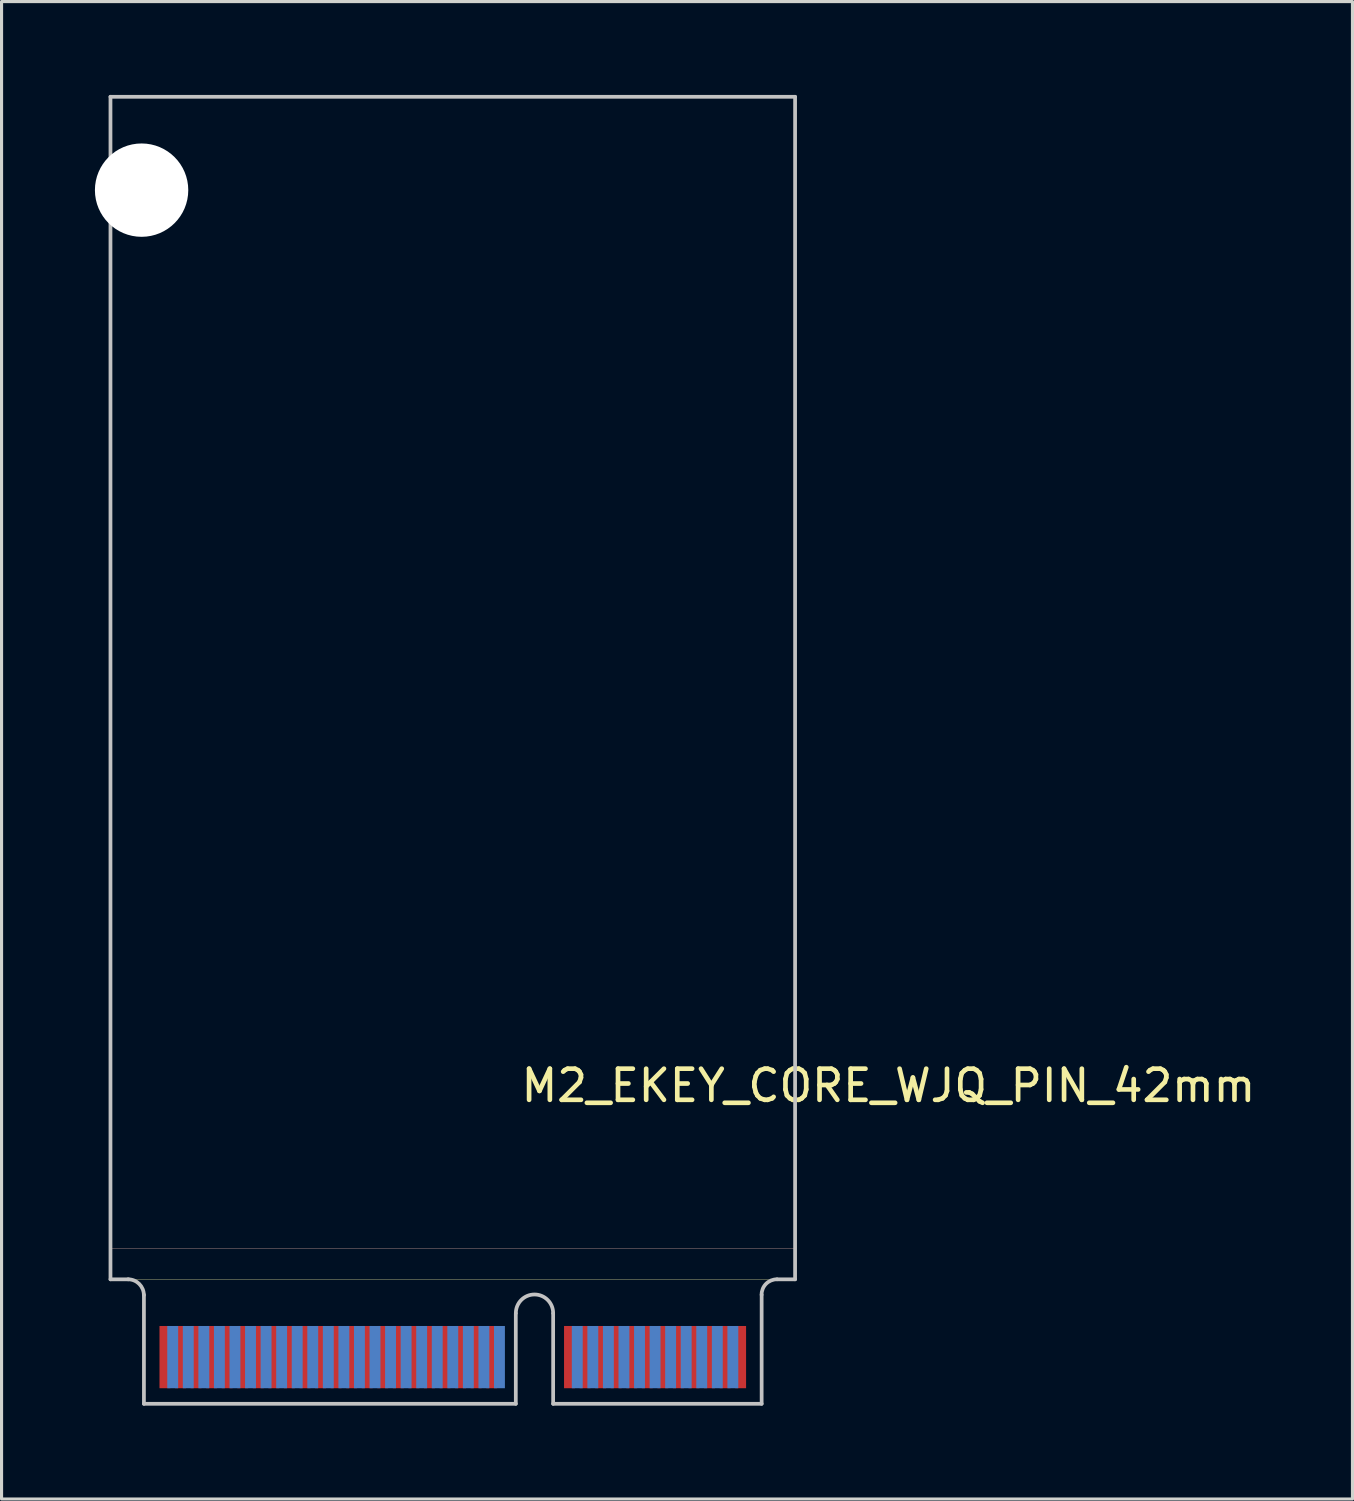
<source format=kicad_pcb>
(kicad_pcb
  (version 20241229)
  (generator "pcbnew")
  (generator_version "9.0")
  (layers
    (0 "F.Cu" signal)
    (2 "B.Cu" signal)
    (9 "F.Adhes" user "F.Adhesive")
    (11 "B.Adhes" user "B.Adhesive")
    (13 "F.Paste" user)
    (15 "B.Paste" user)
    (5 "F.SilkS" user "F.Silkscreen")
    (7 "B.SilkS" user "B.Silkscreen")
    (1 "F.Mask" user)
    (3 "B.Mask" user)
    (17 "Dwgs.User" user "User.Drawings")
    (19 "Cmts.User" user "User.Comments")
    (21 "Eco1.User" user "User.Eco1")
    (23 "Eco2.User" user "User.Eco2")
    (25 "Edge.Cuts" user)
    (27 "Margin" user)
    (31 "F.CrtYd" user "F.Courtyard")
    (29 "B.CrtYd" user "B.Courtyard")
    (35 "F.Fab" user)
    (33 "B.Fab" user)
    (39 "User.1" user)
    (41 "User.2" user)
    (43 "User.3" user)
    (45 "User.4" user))
  (footprint "M2_EKEY_CORE_WJQ_PIN_42mm"
    (layer "F.Cu")
    (at 25.5 38.06)
    (property "Reference" "M2_EKEY_CORE_WJQ_PIN_42mm" (at 0 -6.223 0) (layer "F.SilkS") (effects (font (size 1 1) (thickness 0.15))))
    (attr through_hole)
    (fp_line (start -3 0) (end -25 0) (stroke (width 0.01) (type solid)) (layer "F.SilkS"))
    (fp_line (start -3 -1) (end -25 -1) (stroke (width 0.01) (type solid)) (layer "B.SilkS"))
    (fp_line (start -25 -38) (end -3 -38) (stroke (width 0.12) (type solid)) (layer "Dwgs.User"))
    (fp_line (start -25 0) (end -25 -38) (stroke (width 0.12) (type solid)) (layer "Dwgs.User"))
    (fp_line (start -25 0) (end -24.425 0) (stroke (width 0.12) (type solid)) (layer "Dwgs.User"))
    (fp_line (start -23.925 0.5) (end -23.925 4) (stroke (width 0.12) (type solid)) (layer "Dwgs.User"))
    (fp_line (start -23.925 4) (end -11.975 4) (stroke (width 0.12) (type solid)) (layer "Dwgs.User"))
    (fp_line (start -11.975 4) (end -11.975 1.1) (stroke (width 0.12) (type solid)) (layer "Dwgs.User"))
    (fp_line (start -10.775 1.1) (end -10.775 4) (stroke (width 0.12) (type solid)) (layer "Dwgs.User"))
    (fp_line (start -10.775 4) (end -4.075 4) (stroke (width 0.12) (type solid)) (layer "Dwgs.User"))
    (fp_line (start -4.075 0.5) (end -4.075 4) (stroke (width 0.12) (type solid)) (layer "Dwgs.User"))
    (fp_line (start -3 0) (end -3.575 0) (stroke (width 0.12) (type solid)) (layer "Dwgs.User"))
    (fp_line (start -3 0) (end -3 -38) (stroke (width 0.12) (type solid)) (layer "Dwgs.User"))
    (fp_arc (start -24.4348 0) (mid -24.07559 0.14879) (end -23.9268 0.508) (stroke (width 0.12) (type solid)) (layer "Dwgs.User"))
    (fp_arc (start -11.97356 1.08712) (mid -11.37412 0.48768) (end -10.77468 1.08712) (stroke (width 0.12) (type solid)) (layer "Dwgs.User"))
    (fp_arc (start -4.076699 0.495381) (mid -3.932407 0.144351) (end -3.581401 0.000001) (stroke (width 0.12) (type solid)) (layer "Dwgs.User"))
    (pad "" np_thru_hole circle (at -24 -35) (size 3 3) (drill 3) (layers "*.Cu" "*.Mask"))
    (pad "E1" smd rect (at -4.75 2.5) (size 0.35 2) (layers "F.Cu" "F.Mask" "F.Paste"))
    (pad "E2" smd rect (at -5 2.5) (size 0.35 2) (layers "B.Cu" "B.Mask" "B.Paste"))
    (pad "E3" smd rect (at -5.25 2.5) (size 0.35 2) (layers "F.Cu" "F.Mask" "F.Paste"))
    (pad "E4" smd rect (at -5.5 2.5) (size 0.35 2) (layers "B.Cu" "B.Mask" "B.Paste"))
    (pad "E5" smd rect (at -5.75 2.5) (size 0.35 2) (layers "F.Cu" "F.Mask" "F.Paste"))
    (pad "E6" smd rect (at -6 2.5) (size 0.35 2) (layers "B.Cu" "B.Mask" "B.Paste"))
    (pad "E7" smd rect (at -6.25 2.5) (size 0.35 2) (layers "F.Cu" "F.Mask" "F.Paste"))
    (pad "E8" smd rect (at -6.5 2.5) (size 0.35 2) (layers "B.Cu" "B.Mask" "B.Paste"))
    (pad "E9" smd rect (at -6.75 2.5) (size 0.35 2) (layers "F.Cu" "F.Mask" "F.Paste"))
    (pad "E10" smd rect (at -7 2.5) (size 0.35 2) (layers "B.Cu" "B.Mask" "B.Paste"))
    (pad "E11" smd rect (at -7.25 2.5) (size 0.35 2) (layers "F.Cu" "F.Mask" "F.Paste"))
    (pad "E12" smd rect (at -7.5 2.5) (size 0.35 2) (layers "B.Cu" "B.Mask" "B.Paste"))
    (pad "E13" smd rect (at -7.75 2.5) (size 0.35 2) (layers "F.Cu" "F.Mask" "F.Paste"))
    (pad "E14" smd rect (at -8 2.5) (size 0.35 2) (layers "B.Cu" "B.Mask" "B.Paste"))
    (pad "E15" smd rect (at -8.25 2.5) (size 0.35 2) (layers "F.Cu" "F.Mask" "F.Paste"))
    (pad "E16" smd rect (at -8.5 2.5) (size 0.35 2) (layers "B.Cu" "B.Mask" "B.Paste"))
    (pad "E17" smd rect (at -8.75 2.5) (size 0.35 2) (layers "F.Cu" "F.Mask" "F.Paste"))
    (pad "E18" smd rect (at -9 2.5) (size 0.35 2) (layers "B.Cu" "B.Mask" "B.Paste"))
    (pad "E19" smd rect (at -9.25 2.5) (size 0.35 2) (layers "F.Cu" "F.Mask" "F.Paste"))
    (pad "E20" smd rect (at -9.5 2.5) (size 0.35 2) (layers "B.Cu" "B.Mask" "B.Paste"))
    (pad "E21" smd rect (at -9.75 2.5) (size 0.35 2) (layers "F.Cu" "F.Mask" "F.Paste"))
    (pad "E22" smd rect (at -10 2.5) (size 0.35 2) (layers "B.Cu" "B.Mask" "B.Paste"))
    (pad "E23" smd rect (at -10.25 2.5) (size 0.35 2) (layers "F.Cu" "F.Mask" "F.Paste"))
    (pad "E32" smd rect (at -12.5 2.5) (size 0.35 2) (layers "B.Cu" "B.Mask" "B.Paste"))
    (pad "E33" smd rect (at -12.75 2.5) (size 0.35 2) (layers "F.Cu" "F.Mask" "F.Paste"))
    (pad "E34" smd rect (at -13 2.5) (size 0.35 2) (layers "B.Cu" "B.Mask" "B.Paste"))
    (pad "E35" smd rect (at -13.25 2.5) (size 0.35 2) (layers "F.Cu" "F.Mask" "F.Paste"))
    (pad "E36" smd rect (at -13.5 2.5) (size 0.35 2) (layers "B.Cu" "B.Mask" "B.Paste"))
    (pad "E37" smd rect (at -13.75 2.5) (size 0.35 2) (layers "F.Cu" "F.Mask" "F.Paste"))
    (pad "E38" smd rect (at -14 2.5) (size 0.35 2) (layers "B.Cu" "B.Mask" "B.Paste"))
    (pad "E39" smd rect (at -14.25 2.5) (size 0.35 2) (layers "F.Cu" "F.Mask" "F.Paste"))
    (pad "E40" smd rect (at -14.5 2.5) (size 0.35 2) (layers "B.Cu" "B.Mask" "B.Paste"))
    (pad "E41" smd rect (at -14.75 2.5) (size 0.35 2) (layers "F.Cu" "F.Mask" "F.Paste"))
    (pad "E42" smd rect (at -15 2.5) (size 0.35 2) (layers "B.Cu" "B.Mask" "B.Paste"))
    (pad "E43" smd rect (at -15.25 2.5) (size 0.35 2) (layers "F.Cu" "F.Mask" "F.Paste"))
    (pad "E44" smd rect (at -15.5 2.5) (size 0.35 2) (layers "B.Cu" "B.Mask" "B.Paste"))
    (pad "E45" smd rect (at -15.75 2.5) (size 0.35 2) (layers "F.Cu" "F.Mask" "F.Paste"))
    (pad "E46" smd rect (at -16 2.5) (size 0.35 2) (layers "B.Cu" "B.Mask" "B.Paste"))
    (pad "E47" smd rect (at -16.25 2.5) (size 0.35 2) (layers "F.Cu" "F.Mask" "F.Paste"))
    (pad "E48" smd rect (at -16.5 2.5) (size 0.35 2) (layers "B.Cu" "B.Mask" "B.Paste"))
    (pad "E49" smd rect (at -16.75 2.5) (size 0.35 2) (layers "F.Cu" "F.Mask" "F.Paste"))
    (pad "E50" smd rect (at -17 2.5) (size 0.35 2) (layers "B.Cu" "B.Mask" "B.Paste"))
    (pad "E51" smd rect (at -17.25 2.5) (size 0.35 2) (layers "F.Cu" "F.Mask" "F.Paste"))
    (pad "E52" smd rect (at -17.5 2.5) (size 0.35 2) (layers "B.Cu" "B.Mask" "B.Paste"))
    (pad "E53" smd rect (at -17.75 2.5) (size 0.35 2) (layers "F.Cu" "F.Mask" "F.Paste"))
    (pad "E54" smd rect (at -18 2.5) (size 0.35 2) (layers "B.Cu" "B.Mask" "B.Paste"))
    (pad "E55" smd rect (at -18.25 2.5) (size 0.35 2) (layers "F.Cu" "F.Mask" "F.Paste"))
    (pad "E56" smd rect (at -18.5 2.5) (size 0.35 2) (layers "B.Cu" "B.Mask" "B.Paste"))
    (pad "E57" smd rect (at -18.75 2.5) (size 0.35 2) (layers "F.Cu" "F.Mask" "F.Paste"))
    (pad "E58" smd rect (at -19 2.5) (size 0.35 2) (layers "B.Cu" "B.Mask" "B.Paste"))
    (pad "E59" smd rect (at -19.25 2.5) (size 0.35 2) (layers "F.Cu" "F.Mask" "F.Paste"))
    (pad "E60" smd rect (at -19.5 2.5) (size 0.35 2) (layers "B.Cu" "B.Mask" "B.Paste"))
    (pad "E61" smd rect (at -19.75 2.5) (size 0.35 2) (layers "F.Cu" "F.Mask" "F.Paste"))
    (pad "E62" smd rect (at -20 2.5) (size 0.35 2) (layers "B.Cu" "B.Mask" "B.Paste"))
    (pad "E63" smd rect (at -20.25 2.5) (size 0.35 2) (layers "F.Cu" "F.Mask" "F.Paste"))
    (pad "E64" smd rect (at -20.5 2.5) (size 0.35 2) (layers "B.Cu" "B.Mask" "B.Paste"))
    (pad "E65" smd rect (at -20.75 2.5) (size 0.35 2) (layers "F.Cu" "F.Mask" "F.Paste"))
    (pad "E66" smd rect (at -21 2.5) (size 0.35 2) (layers "B.Cu" "B.Mask" "B.Paste"))
    (pad "E67" smd rect (at -21.25 2.5) (size 0.35 2) (layers "F.Cu" "F.Mask" "F.Paste"))
    (pad "E68" smd rect (at -21.5 2.5) (size 0.35 2) (layers "B.Cu" "B.Mask" "B.Paste"))
    (pad "E69" smd rect (at -21.75 2.5) (size 0.35 2) (layers "F.Cu" "F.Mask" "F.Paste"))
    (pad "E70" smd rect (at -22 2.5) (size 0.35 2) (layers "B.Cu" "B.Mask" "B.Paste"))
    (pad "E71" smd rect (at -22.25 2.5) (size 0.35 2) (layers "F.Cu" "F.Mask" "F.Paste"))
    (pad "E72" smd rect (at -22.5 2.5) (size 0.35 2) (layers "B.Cu" "B.Mask" "B.Paste"))
    (pad "E73" smd rect (at -22.75 2.5) (size 0.35 2) (layers "F.Cu" "F.Mask" "F.Paste"))
    (pad "E74" smd rect (at -23 2.5) (size 0.35 2) (layers "B.Cu" "B.Mask" "B.Paste"))
    (pad "E75" smd rect (at -23.25 2.5) (size 0.35 2) (layers "F.Cu" "F.Mask" "F.Paste")))
  (gr_rect
    (start -3 -3)
    (end 40.411 45.12)
    (stroke (width 0.1) (type default))
    (fill no)
    (layer "Edge.Cuts")))
</source>
